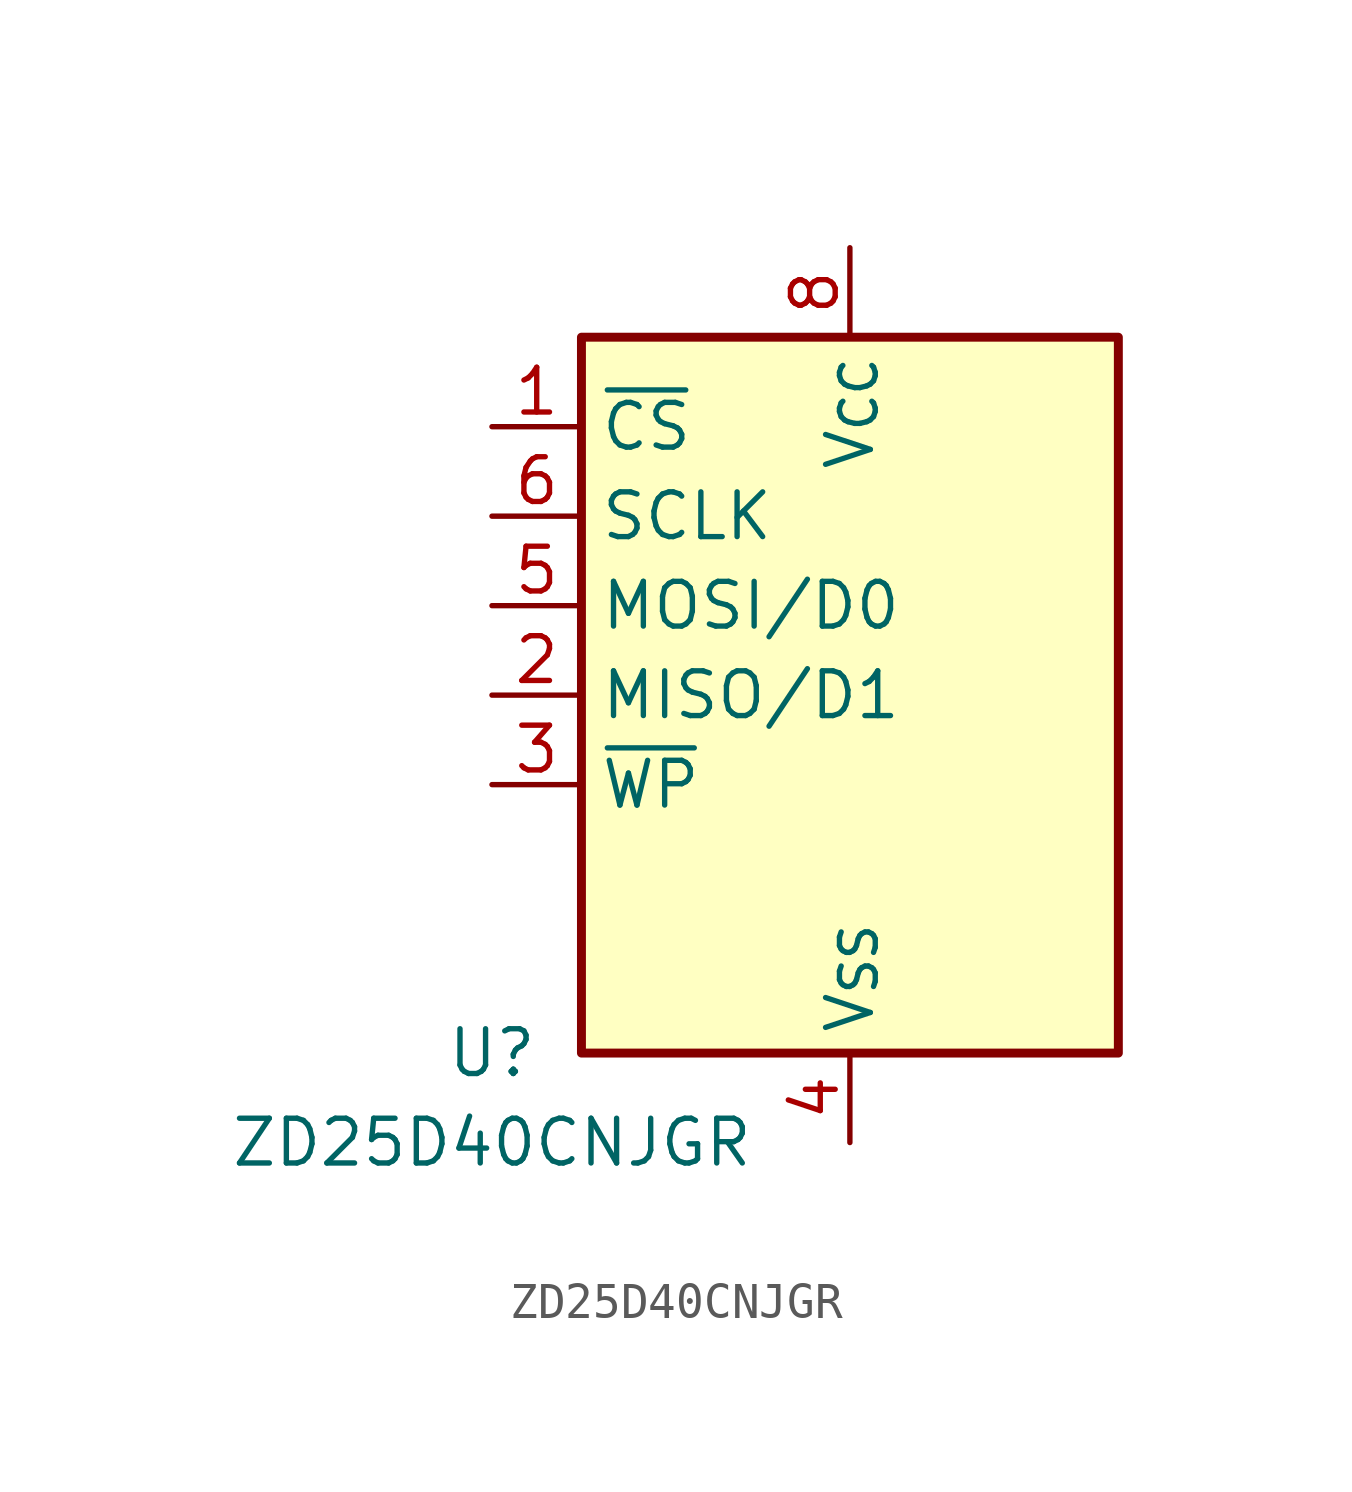
<source format=kicad_sym>
(kicad_symbol_lib
  (version 20220914)
  (generator kicad_symbol_editor)
  (symbol "ZD25D40CNJGR"
    (property "Reference" "U"
      (at -10.16 -10.16 0)
      (effects (font (size 1.27 1.27))))
    (property "Value" "ZD25D40CNJGR"
      (at -10.16 -12.7 0)
      (effects (font (size 1.27 1.27))))
    (symbol "ZD25D40CNJGR_0_1"
      (rectangle (start -7.62 10.16) (end 7.62 -10.16) (stroke (width 0.254) (type default)) (fill (type background))))
    (symbol "ZD25D40CNJGR_1_1"
      (pin input line (at -10.16 7.62 0) (length 2.54) (name "~{CS}" (effects (font (size 1.27 1.27)))) (number "1" (effects (font (size 1.27 1.27)))))
      (pin bidirectional line (at -10.16 0 0) (length 2.54) (name "MISO/D1" (effects (font (size 1.27 1.27)))) (number "2" (effects (font (size 1.27 1.27)))))
      (pin input line (at -10.16 -2.54 0) (length 2.54) (name "~{WP}" (effects (font (size 1.27 1.27)))) (number "3" (effects (font (size 1.27 1.27)))))
      (pin power_in line (at 0 -12.7 90) (length 2.54) (name "V_{SS}" (effects (font (size 1.27 1.27)))) (number "4" (effects (font (size 1.27 1.27)))))
      (pin bidirectional line (at -10.16 2.54 0) (length 2.54) (name "MOSI/D0" (effects (font (size 1.27 1.27)))) (number "5" (effects (font (size 1.27 1.27)))))
      (pin input line (at -10.16 5.08 0) (length 2.54) (name "SCLK" (effects (font (size 1.27 1.27)))) (number "6" (effects (font (size 1.27 1.27)))))
      (pin no_connect line (at -5.08 -5.08 0) (length 2.54) hide (name "NC" (effects (font (size 1.27 1.27)))) (number "7" (effects (font (size 1.27 1.27)))))
      (pin power_in line (at 0 12.7 270) (length 2.54) (name "V_{CC}" (effects (font (size 1.27 1.27)))) (number "8" (effects (font (size 1.27 1.27)))))
      (pin power_in line (at 0 -12.7 90) (length 2.54) hide (name "PAD/V_{SS}" (effects (font (size 1.27 1.27)))) (number "9" (effects (font (size 1.27 1.27))))))))
</source>
